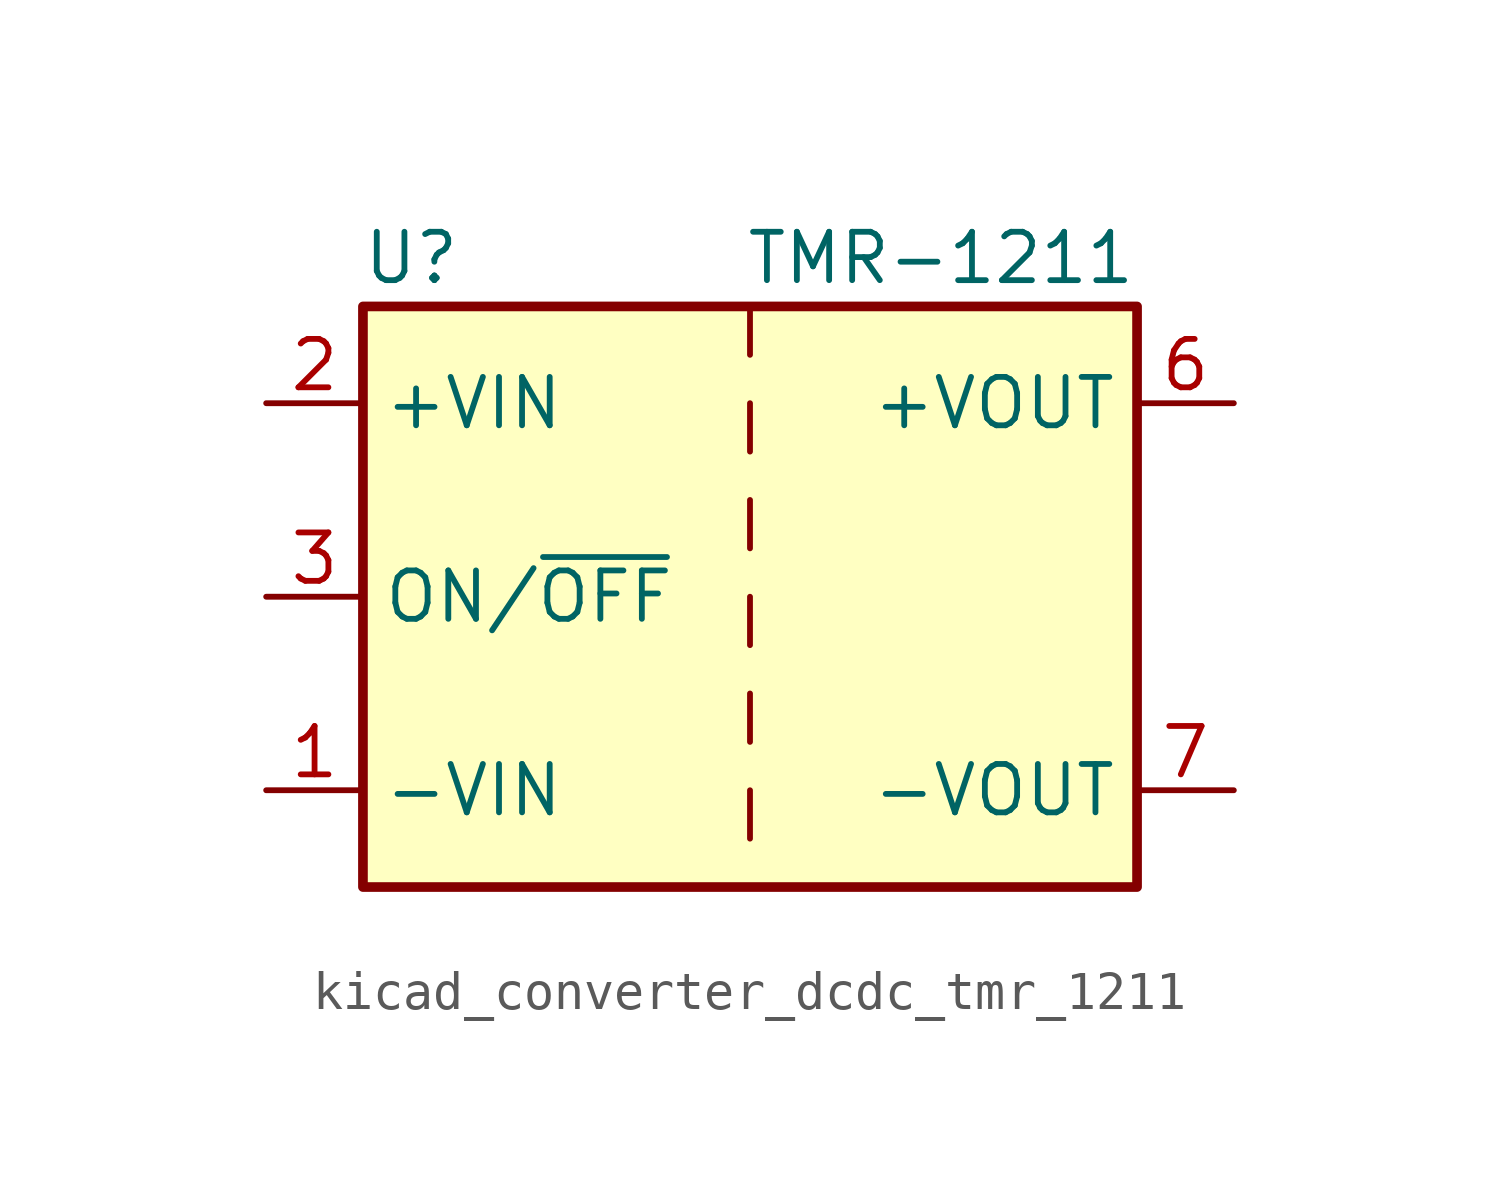
<source format=kicad_sym>
(kicad_symbol_lib
  (version 20220914)
  (generator kicad_symbol_editor)
  (symbol "kicad_converter_dcdc_tmr_1211"
    (property "Reference" "U"
      (at -8.89 8.89 0)
      (effects (font (size 1.27 1.27))))
    (property "Value" "TMR-1211"
      (at 10.16 8.89 0)
      (effects (font (size 1.27 1.27)) (justify right)))
    (symbol "kicad_converter_dcdc_tmr_1211_0_1"
      (rectangle (start -10.16 7.62) (end 10.16 -7.62) (stroke (width 0.254) (type default)) (fill (type background)))
      (polyline (pts (xy 0 -5.08) (xy 0 -6.35)) (stroke (width 0) (type default)) (fill (type none)))
      (polyline (pts (xy 0 -2.54) (xy 0 -3.81)) (stroke (width 0) (type default)) (fill (type none)))
      (polyline (pts (xy 0 0) (xy 0 -1.27)) (stroke (width 0) (type default)) (fill (type none)))
      (polyline (pts (xy 0 2.54) (xy 0 1.27)) (stroke (width 0) (type default)) (fill (type none)))
      (polyline (pts (xy 0 5.08) (xy 0 3.81)) (stroke (width 0) (type default)) (fill (type none)))
      (polyline (pts (xy 0 7.62) (xy 0 6.35)) (stroke (width 0) (type default)) (fill (type none))))
    (symbol "kicad_converter_dcdc_tmr_1211_1_1"
      (pin power_in line (at -12.7 -5.08 0) (length 2.54) (name "-VIN" (effects (font (size 1.27 1.27)))) (number "1" (effects (font (size 1.27 1.27)))))
      (pin power_in line (at -12.7 5.08 0) (length 2.54) (name "+VIN" (effects (font (size 1.27 1.27)))) (number "2" (effects (font (size 1.27 1.27)))))
      (pin input line (at -12.7 0 0) (length 2.54) (name "ON/~{OFF}" (effects (font (size 1.27 1.27)))) (number "3" (effects (font (size 1.27 1.27)))))
      (pin no_connect line (at 10.16 2.54 180) (length 2.54) hide (name "NC" (effects (font (size 1.27 1.27)))) (number "5" (effects (font (size 1.27 1.27)))))
      (pin power_out line (at 12.7 5.08 180) (length 2.54) (name "+VOUT" (effects (font (size 1.27 1.27)))) (number "6" (effects (font (size 1.27 1.27)))))
      (pin power_out line (at 12.7 -5.08 180) (length 2.54) (name "-VOUT" (effects (font (size 1.27 1.27)))) (number "7" (effects (font (size 1.27 1.27)))))
      (pin no_connect line (at 10.16 0 180) (length 2.54) hide (name "NC" (effects (font (size 1.27 1.27)))) (number "8" (effects (font (size 1.27 1.27))))))))
</source>
